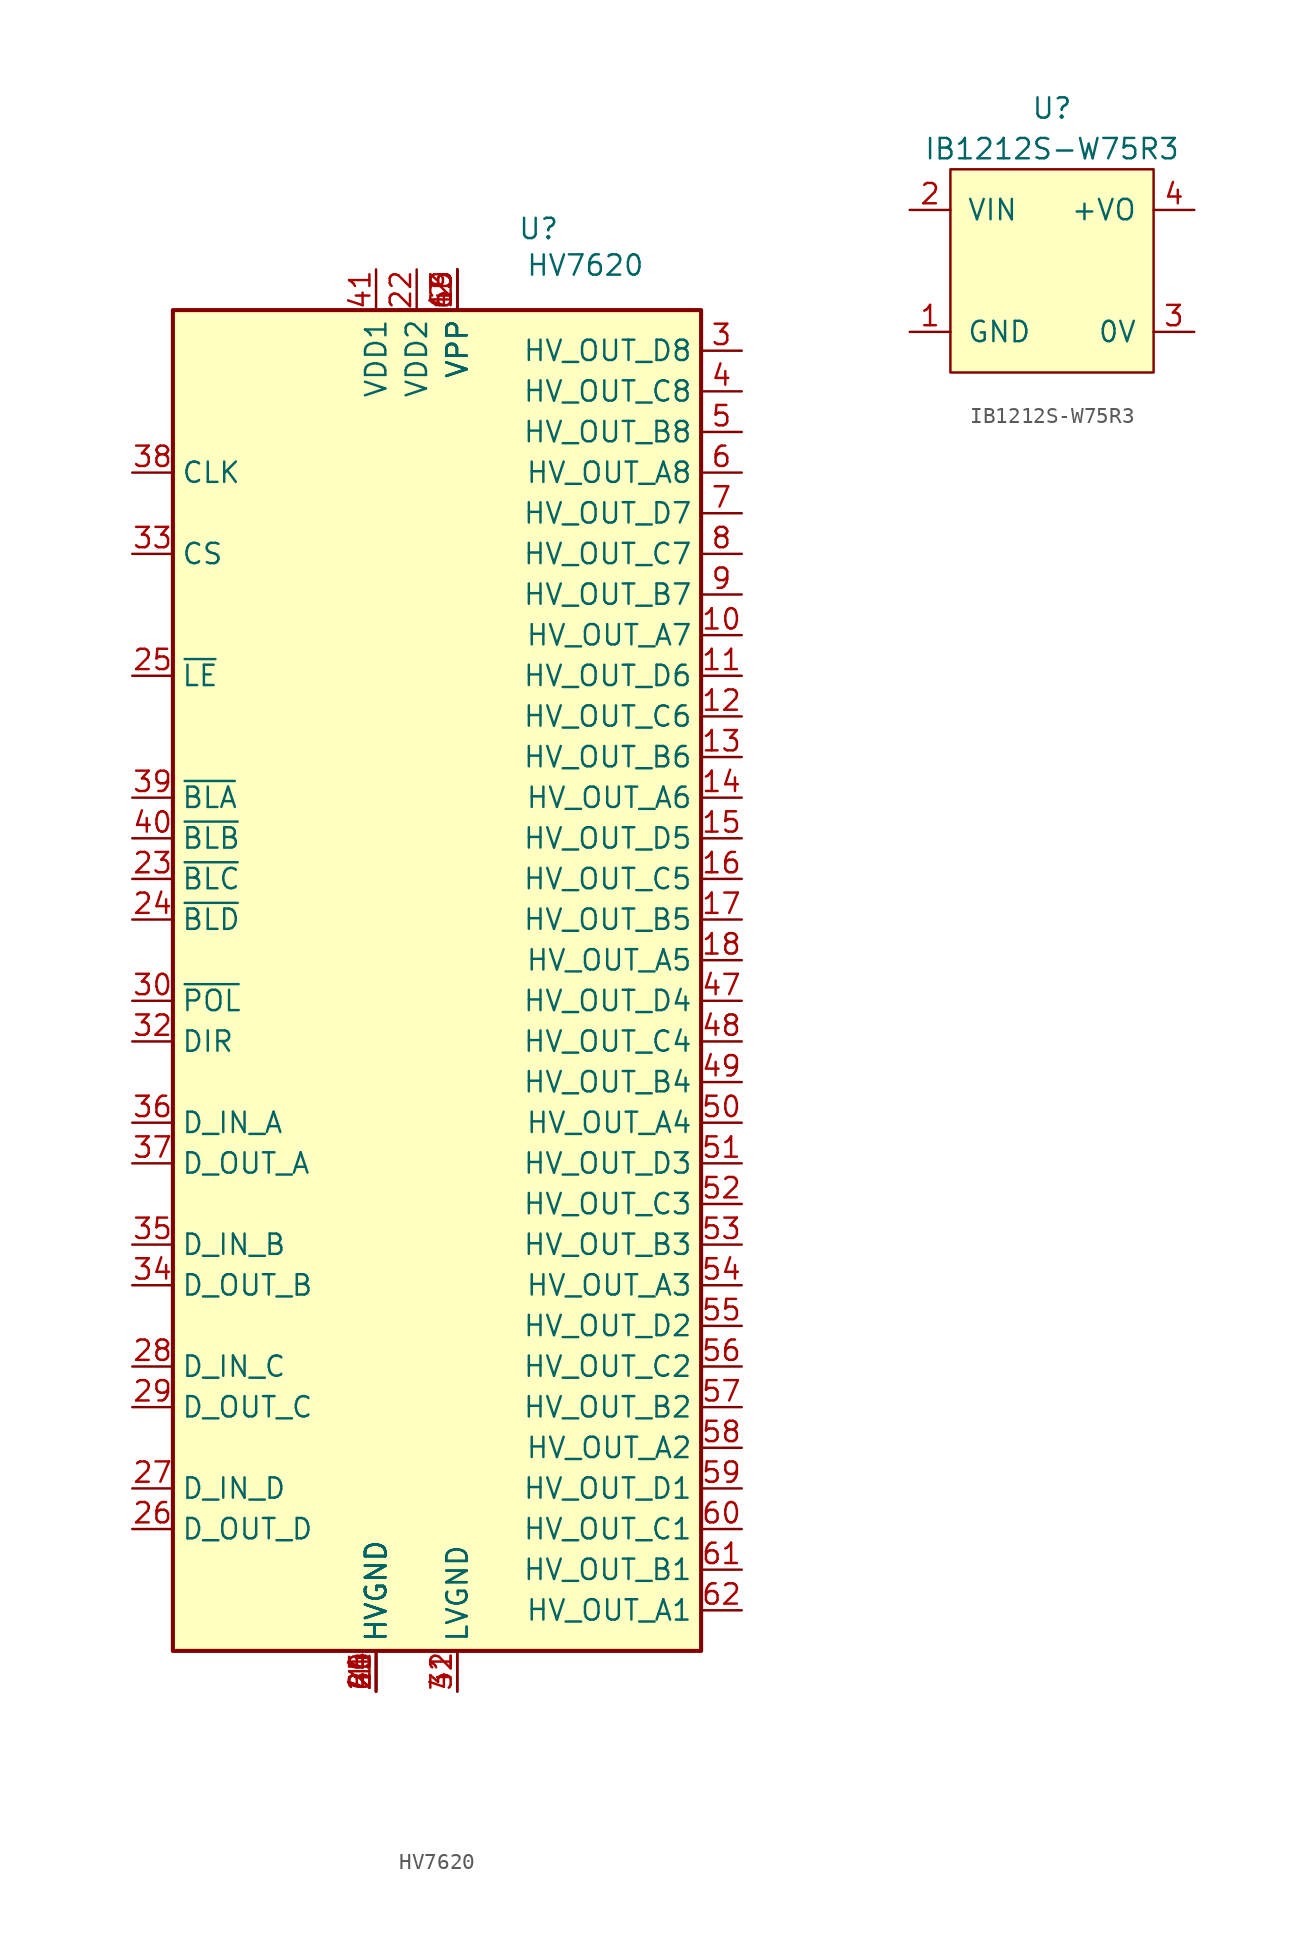
<source format=kicad_sym>
(kicad_symbol_lib
  (version 20220914)
  (generator kicad_symbol_editor)
  (symbol "HV7620"
    (property "Reference" "U"
      (at 7.62 43.18 0)
      (effects (font (size 1.27 1.27))))
    (property "Value" "HV7620"
      (at 10.541 40.894 0)
      (effects (font (size 1.27 1.27))))
    (symbol "HV7620_0_0"
      (pin power_in line (at -2.54 -48.26 90) (length 2.54) (name "HVGND" (effects (font (size 1.27 1.27)))) (number "1" (effects (font (size 1.27 1.27)))))
      (pin power_in line (at 2.54 40.64 270) (length 2.54) (name "VPP" (effects (font (size 1.27 1.27)))) (number "19" (effects (font (size 1.27 1.27)))))
      (pin power_in line (at 2.54 40.64 270) (length 2.54) (name "VPP" (effects (font (size 1.27 1.27)))) (number "2" (effects (font (size 1.27 1.27)))))
      (pin power_in line (at -2.54 -48.26 90) (length 2.54) (name "HVGND" (effects (font (size 1.27 1.27)))) (number "20" (effects (font (size 1.27 1.27)))))
      (pin power_in line (at -2.54 -48.26 90) (length 2.54) (name "HVGND" (effects (font (size 1.27 1.27)))) (number "21" (effects (font (size 1.27 1.27)))))
      (pin power_in line (at 0 40.64 270) (length 2.54) (name "VDD2" (effects (font (size 1.27 1.27)))) (number "22" (effects (font (size 1.27 1.27)))))
      (pin input line (at -17.78 2.54 0) (length 2.54) (name "~{BLC}" (effects (font (size 1.27 1.27)))) (number "23" (effects (font (size 1.27 1.27)))))
      (pin input line (at -17.78 0 0) (length 2.54) (name "~{BLD}" (effects (font (size 1.27 1.27)))) (number "24" (effects (font (size 1.27 1.27)))))
      (pin input line (at -17.78 15.24 0) (length 2.54) (name "~{LE}" (effects (font (size 1.27 1.27)))) (number "25" (effects (font (size 1.27 1.27)))))
      (pin output line (at -17.78 -38.1 0) (length 2.54) (name "D_OUT_D" (effects (font (size 1.27 1.27)))) (number "26" (effects (font (size 1.27 1.27)))))
      (pin input line (at -17.78 -35.56 0) (length 2.54) (name "D_IN_D" (effects (font (size 1.27 1.27)))) (number "27" (effects (font (size 1.27 1.27)))))
      (pin input line (at -17.78 -27.94 0) (length 2.54) (name "D_IN_C" (effects (font (size 1.27 1.27)))) (number "28" (effects (font (size 1.27 1.27)))))
      (pin output line (at -17.78 -30.48 0) (length 2.54) (name "D_OUT_C" (effects (font (size 1.27 1.27)))) (number "29" (effects (font (size 1.27 1.27)))))
      (pin input line (at -17.78 -5.08 0) (length 2.54) (name "~{POL}" (effects (font (size 1.27 1.27)))) (number "30" (effects (font (size 1.27 1.27)))))
      (pin power_in line (at 2.54 -48.26 90) (length 2.54) (name "LVGND" (effects (font (size 1.27 1.27)))) (number "31" (effects (font (size 1.27 1.27)))))
      (pin input line (at -17.78 -7.62 0) (length 2.54) (name "DIR" (effects (font (size 1.27 1.27)))) (number "32" (effects (font (size 1.27 1.27)))))
      (pin input line (at -17.78 22.86 0) (length 2.54) (name "CS" (effects (font (size 1.27 1.27)))) (number "33" (effects (font (size 1.27 1.27)))))
      (pin output line (at -17.78 -22.86 0) (length 2.54) (name "D_OUT_B" (effects (font (size 1.27 1.27)))) (number "34" (effects (font (size 1.27 1.27)))))
      (pin input line (at -17.78 -20.32 0) (length 2.54) (name "D_IN_B" (effects (font (size 1.27 1.27)))) (number "35" (effects (font (size 1.27 1.27)))))
      (pin input line (at -17.78 -12.7 0) (length 2.54) (name "D_IN_A" (effects (font (size 1.27 1.27)))) (number "36" (effects (font (size 1.27 1.27)))))
      (pin output line (at -17.78 -15.24 0) (length 2.54) (name "D_OUT_A" (effects (font (size 1.27 1.27)))) (number "37" (effects (font (size 1.27 1.27)))))
      (pin input line (at -17.78 27.94 0) (length 2.54) (name "CLK" (effects (font (size 1.27 1.27)))) (number "38" (effects (font (size 1.27 1.27)))))
      (pin input line (at -17.78 7.62 0) (length 2.54) (name "~{BLA}" (effects (font (size 1.27 1.27)))) (number "39" (effects (font (size 1.27 1.27)))))
      (pin input line (at -17.78 5.08 0) (length 2.54) (name "~{BLB}" (effects (font (size 1.27 1.27)))) (number "40" (effects (font (size 1.27 1.27)))))
      (pin power_in line (at -2.54 40.64 270) (length 2.54) (name "VDD1" (effects (font (size 1.27 1.27)))) (number "41" (effects (font (size 1.27 1.27)))))
      (pin power_in line (at 2.54 -48.26 90) (length 2.54) (name "LVGND" (effects (font (size 1.27 1.27)))) (number "42" (effects (font (size 1.27 1.27)))))
      (pin power_in line (at -2.54 -48.26 90) (length 2.54) (name "HVGND" (effects (font (size 1.27 1.27)))) (number "44" (effects (font (size 1.27 1.27)))))
      (pin power_in line (at -2.54 -48.26 90) (length 2.54) (name "HVGND" (effects (font (size 1.27 1.27)))) (number "45" (effects (font (size 1.27 1.27)))))
      (pin power_in line (at 2.54 40.64 270) (length 2.54) (name "VPP" (effects (font (size 1.27 1.27)))) (number "46" (effects (font (size 1.27 1.27)))))
      (pin input line (at 20.32 -5.08 180) (length 2.54) (name "HV_OUT_D4" (effects (font (size 1.27 1.27)))) (number "47" (effects (font (size 1.27 1.27)))))
      (pin input line (at 20.32 -7.62 180) (length 2.54) (name "HV_OUT_C4" (effects (font (size 1.27 1.27)))) (number "48" (effects (font (size 1.27 1.27)))))
      (pin input line (at 20.32 -10.16 180) (length 2.54) (name "HV_OUT_B4" (effects (font (size 1.27 1.27)))) (number "49" (effects (font (size 1.27 1.27)))))
      (pin input line (at 20.32 -12.7 180) (length 2.54) (name "HV_OUT_A4" (effects (font (size 1.27 1.27)))) (number "50" (effects (font (size 1.27 1.27)))))
      (pin input line (at 20.32 -15.24 180) (length 2.54) (name "HV_OUT_D3" (effects (font (size 1.27 1.27)))) (number "51" (effects (font (size 1.27 1.27)))))
      (pin input line (at 20.32 -17.78 180) (length 2.54) (name "HV_OUT_C3" (effects (font (size 1.27 1.27)))) (number "52" (effects (font (size 1.27 1.27)))))
      (pin input line (at 20.32 -20.32 180) (length 2.54) (name "HV_OUT_B3" (effects (font (size 1.27 1.27)))) (number "53" (effects (font (size 1.27 1.27)))))
      (pin input line (at 20.32 -22.86 180) (length 2.54) (name "HV_OUT_A3" (effects (font (size 1.27 1.27)))) (number "54" (effects (font (size 1.27 1.27)))))
      (pin input line (at 20.32 -25.4 180) (length 2.54) (name "HV_OUT_D2" (effects (font (size 1.27 1.27)))) (number "55" (effects (font (size 1.27 1.27)))))
      (pin input line (at 20.32 -27.94 180) (length 2.54) (name "HV_OUT_C2" (effects (font (size 1.27 1.27)))) (number "56" (effects (font (size 1.27 1.27)))))
      (pin input line (at 20.32 -30.48 180) (length 2.54) (name "HV_OUT_B2" (effects (font (size 1.27 1.27)))) (number "57" (effects (font (size 1.27 1.27)))))
      (pin input line (at 20.32 -33.02 180) (length 2.54) (name "HV_OUT_A2" (effects (font (size 1.27 1.27)))) (number "58" (effects (font (size 1.27 1.27)))))
      (pin input line (at 20.32 -35.56 180) (length 2.54) (name "HV_OUT_D1" (effects (font (size 1.27 1.27)))) (number "59" (effects (font (size 1.27 1.27)))))
      (pin input line (at 20.32 -38.1 180) (length 2.54) (name "HV_OUT_C1" (effects (font (size 1.27 1.27)))) (number "60" (effects (font (size 1.27 1.27)))))
      (pin input line (at 20.32 -40.64 180) (length 2.54) (name "HV_OUT_B1" (effects (font (size 1.27 1.27)))) (number "61" (effects (font (size 1.27 1.27)))))
      (pin input line (at 20.32 -43.18 180) (length 2.54) (name "HV_OUT_A1" (effects (font (size 1.27 1.27)))) (number "62" (effects (font (size 1.27 1.27)))))
      (pin power_in line (at 2.54 40.64 270) (length 2.54) (name "VPP" (effects (font (size 1.27 1.27)))) (number "63" (effects (font (size 1.27 1.27)))))
      (pin power_in line (at -2.54 -48.26 90) (length 2.54) (name "HVGND" (effects (font (size 1.27 1.27)))) (number "64" (effects (font (size 1.27 1.27))))))
    (symbol "HV7620_0_1"
      (rectangle (start -15.24 38.1) (end 17.78 -45.72) (stroke (width 0.254) (type default)) (fill (type background))))
    (symbol "HV7620_1_0"
      (pin input line (at 20.32 17.78 180) (length 2.54) (name "HV_OUT_A7" (effects (font (size 1.27 1.27)))) (number "10" (effects (font (size 1.27 1.27)))))
      (pin input line (at 20.32 15.24 180) (length 2.54) (name "HV_OUT_D6" (effects (font (size 1.27 1.27)))) (number "11" (effects (font (size 1.27 1.27)))))
      (pin input line (at 20.32 12.7 180) (length 2.54) (name "HV_OUT_C6" (effects (font (size 1.27 1.27)))) (number "12" (effects (font (size 1.27 1.27)))))
      (pin input line (at 20.32 10.16 180) (length 2.54) (name "HV_OUT_B6" (effects (font (size 1.27 1.27)))) (number "13" (effects (font (size 1.27 1.27)))))
      (pin input line (at 20.32 7.62 180) (length 2.54) (name "HV_OUT_A6" (effects (font (size 1.27 1.27)))) (number "14" (effects (font (size 1.27 1.27)))))
      (pin input line (at 20.32 5.08 180) (length 2.54) (name "HV_OUT_D5" (effects (font (size 1.27 1.27)))) (number "15" (effects (font (size 1.27 1.27)))))
      (pin input line (at 20.32 2.54 180) (length 2.54) (name "HV_OUT_C5" (effects (font (size 1.27 1.27)))) (number "16" (effects (font (size 1.27 1.27)))))
      (pin input line (at 20.32 0 180) (length 2.54) (name "HV_OUT_B5" (effects (font (size 1.27 1.27)))) (number "17" (effects (font (size 1.27 1.27)))))
      (pin input line (at 20.32 -2.54 180) (length 2.54) (name "HV_OUT_A5" (effects (font (size 1.27 1.27)))) (number "18" (effects (font (size 1.27 1.27)))))
      (pin input line (at 20.32 35.56 180) (length 2.54) (name "HV_OUT_D8" (effects (font (size 1.27 1.27)))) (number "3" (effects (font (size 1.27 1.27)))))
      (pin input line (at 20.32 33.02 180) (length 2.54) (name "HV_OUT_C8" (effects (font (size 1.27 1.27)))) (number "4" (effects (font (size 1.27 1.27)))))
      (pin no_connect line (at 0 -48.26 90) (length 2.54) hide (name "NC" (effects (font (size 1.27 1.27)))) (number "43" (effects (font (size 1.27 1.27)))))
      (pin input line (at 20.32 30.48 180) (length 2.54) (name "HV_OUT_B8" (effects (font (size 1.27 1.27)))) (number "5" (effects (font (size 1.27 1.27)))))
      (pin input line (at 20.32 27.94 180) (length 2.54) (name "HV_OUT_A8" (effects (font (size 1.27 1.27)))) (number "6" (effects (font (size 1.27 1.27)))))
      (pin input line (at 20.32 25.4 180) (length 2.54) (name "HV_OUT_D7" (effects (font (size 1.27 1.27)))) (number "7" (effects (font (size 1.27 1.27)))))
      (pin input line (at 20.32 22.86 180) (length 2.54) (name "HV_OUT_C7" (effects (font (size 1.27 1.27)))) (number "8" (effects (font (size 1.27 1.27)))))
      (pin input line (at 20.32 20.32 180) (length 2.54) (name "HV_OUT_B7" (effects (font (size 1.27 1.27)))) (number "9" (effects (font (size 1.27 1.27)))))))
  (symbol "IB1212S-W75R3"
    (pin_names
      (offset 1.016))
    (property "Reference" "U"
      (at 0 11.43 0)
      (effects (font (size 1.27 1.27))))
    (property "Value" "IB1212S-W75R3"
      (at 0 8.89 0)
      (effects (font (size 1.27 1.27))))
    (symbol "IB1212S-W75R3_0_0"
      (pin power_in line (at -8.89 -2.54 0) (length 2.54) (name "GND" (effects (font (size 1.27 1.27)))) (number "1" (effects (font (size 1.27 1.27)))))
      (pin passive line (at -8.89 5.08 0) (length 2.54) (name "VIN" (effects (font (size 1.27 1.27)))) (number "2" (effects (font (size 1.27 1.27)))))
      (pin passive line (at 8.89 -2.54 180) (length 2.54) (name "0V" (effects (font (size 1.27 1.27)))) (number "3" (effects (font (size 1.27 1.27)))))
      (pin passive line (at 8.89 5.08 180) (length 2.54) (name "+VO" (effects (font (size 1.27 1.27)))) (number "4" (effects (font (size 1.27 1.27))))))
    (symbol "IB1212S-W75R3_0_1"
      (rectangle (start -6.35 7.62) (end 6.35 -5.08) (stroke (width 0) (type default)) (fill (type background))))))
</source>
